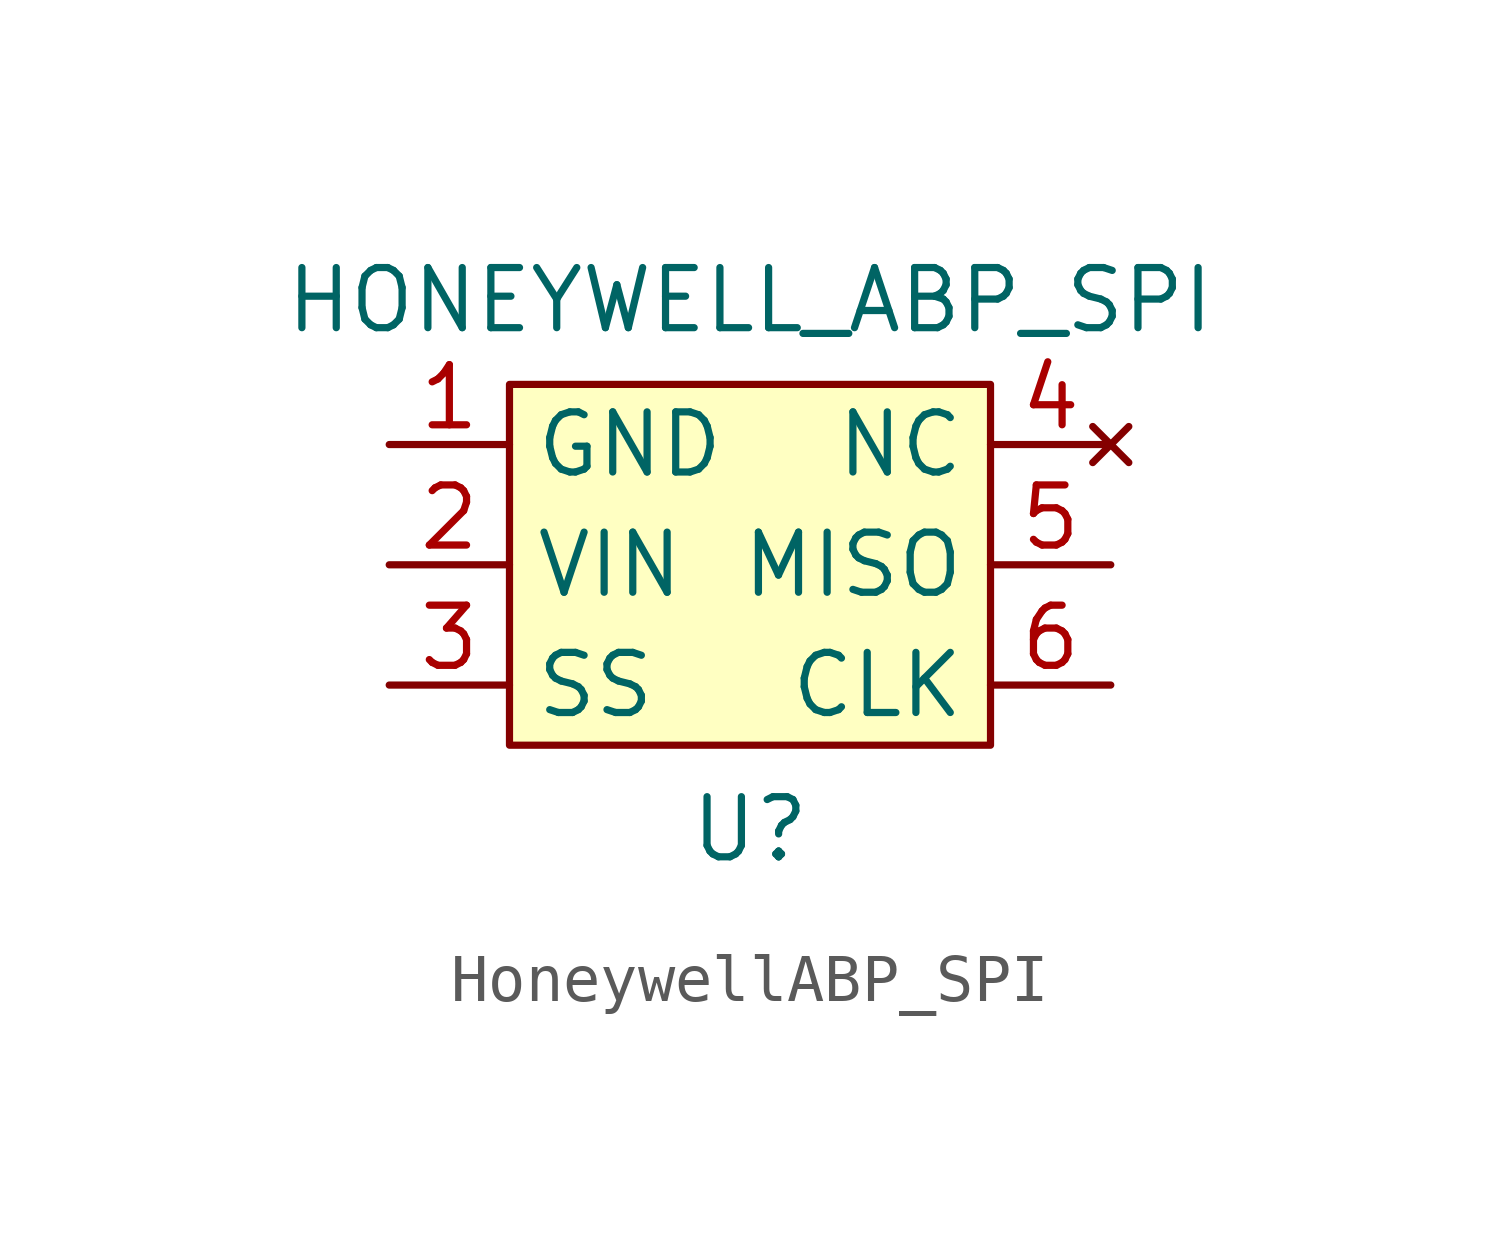
<source format=kicad_sym>
(kicad_symbol_lib
  (version 20241209)
  (generator "kicad_symbol_editor")
  (generator_version "9.0")
  (symbol "HoneywellABP_SPI"
    (property "Reference" "U"
      (at 0 -5.588 0)
      (effects (font (size 1.27 1.27))))
    (property "Value" "HONEYWELL_ABP_SPI"
      (at 0 5.588 0)
      (effects (font (size 1.27 1.27))))
    (symbol "HoneywellABP_SPI_1_1"
      (rectangle (start -5.08 3.81) (end 5.08 -3.81) (stroke (width 0) (type solid)) (fill (type background)))
      (pin power_in line (at -7.62 2.54 0) (length 2.54) (name "GND" (effects (font (size 1.27 1.27)))) (number "1" (effects (font (size 1.27 1.27)))))
      (pin power_in line (at -7.62 0 0) (length 2.54) (name "VIN" (effects (font (size 1.27 1.27)))) (number "2" (effects (font (size 1.27 1.27)))))
      (pin input line (at -7.62 -2.54 0) (length 2.54) (name "SS" (effects (font (size 1.27 1.27)))) (number "3" (effects (font (size 1.27 1.27)))))
      (pin no_connect line (at 7.62 2.54 180) (length 2.54) (name "NC" (effects (font (size 1.27 1.27)))) (number "4" (effects (font (size 1.27 1.27)))))
      (pin output line (at 7.62 0 180) (length 2.54) (name "MISO" (effects (font (size 1.27 1.27)))) (number "5" (effects (font (size 1.27 1.27)))))
      (pin input line (at 7.62 -2.54 180) (length 2.54) (name "CLK" (effects (font (size 1.27 1.27)))) (number "6" (effects (font (size 1.27 1.27))))))))
</source>
